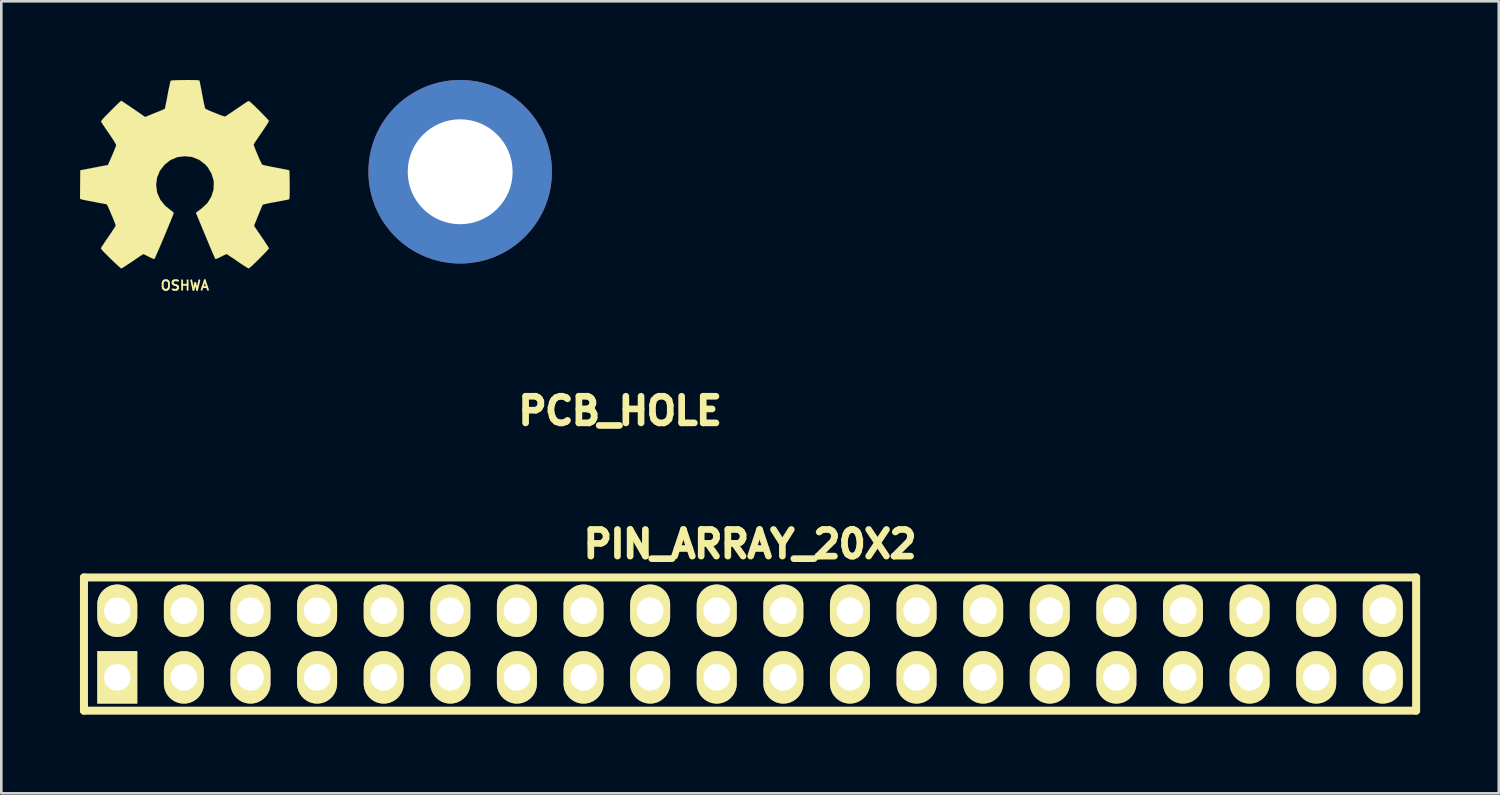
<source format=kicad_pcb>
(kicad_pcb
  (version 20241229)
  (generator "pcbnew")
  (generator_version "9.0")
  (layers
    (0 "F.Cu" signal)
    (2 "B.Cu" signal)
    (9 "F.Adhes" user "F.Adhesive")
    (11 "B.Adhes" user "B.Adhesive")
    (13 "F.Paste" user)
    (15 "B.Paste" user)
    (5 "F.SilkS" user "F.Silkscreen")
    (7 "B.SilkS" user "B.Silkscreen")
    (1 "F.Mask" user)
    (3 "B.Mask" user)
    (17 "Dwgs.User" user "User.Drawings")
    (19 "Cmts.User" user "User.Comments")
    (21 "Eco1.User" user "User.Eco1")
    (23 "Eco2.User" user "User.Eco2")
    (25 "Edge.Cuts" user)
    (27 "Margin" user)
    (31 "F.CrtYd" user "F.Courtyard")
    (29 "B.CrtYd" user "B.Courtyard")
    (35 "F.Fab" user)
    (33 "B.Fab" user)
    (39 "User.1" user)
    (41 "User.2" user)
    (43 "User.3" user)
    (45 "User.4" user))
  (footprint "PCB_HOLE"
    (layer "F.Cu")
    (at 20.598 6.62)
    (property "Reference" "PCB_HOLE" (at 0 6 0) (layer "F.SilkS") (effects (font (size 1.016 1.016) (thickness 0.254))))
    (attr through_hole)
    (pad "1" thru_hole circle (at -6.1 -3.12) (size 7 7) (drill 4) (layers "*.Cu" "*.Mask")))
  (footprint "PIN_ARRAY_20X2"
    (layer "F.Cu")
    (at 25.552 21.51)
    (property "Reference" "PIN_ARRAY_20X2" (at 0 -3.81 0) (layer "F.SilkS") (effects (font (size 1.016 1.016) (thickness 0.254))))
    (attr through_hole)
    (fp_line (start -25.4 -2.54) (end -25.4 2.54) (stroke (width 0.305) (type solid)) (layer "F.SilkS"))
    (fp_line (start 25.4 -2.54) (end -25.4 -2.54) (stroke (width 0.305) (type solid)) (layer "F.SilkS"))
    (fp_line (start 25.4 -2.54) (end 25.4 2.54) (stroke (width 0.305) (type solid)) (layer "F.SilkS"))
    (fp_line (start 25.4 2.54) (end -25.4 2.54) (stroke (width 0.305) (type solid)) (layer "F.SilkS"))
    (pad "1" thru_hole rect (at -24.13 1.27) (size 1.524 2) (drill 1.016) (layers "*.Cu" "*.Mask" "F.SilkS"))
    (pad "2" thru_hole oval (at -24.13 -1.27) (size 1.524 2) (drill 1.016) (layers "*.Cu" "*.Mask" "F.SilkS"))
    (pad "3" thru_hole oval (at -21.59 1.27) (size 1.524 2) (drill 1.016) (layers "*.Cu" "*.Mask" "F.SilkS"))
    (pad "4" thru_hole oval (at -21.59 -1.27) (size 1.524 2) (drill 1.016) (layers "*.Cu" "*.Mask" "F.SilkS"))
    (pad "5" thru_hole oval (at -19.05 1.27) (size 1.524 2) (drill 1.016) (layers "*.Cu" "*.Mask" "F.SilkS"))
    (pad "6" thru_hole oval (at -19.05 -1.27) (size 1.524 2) (drill 1.016) (layers "*.Cu" "*.Mask" "F.SilkS"))
    (pad "7" thru_hole oval (at -16.51 1.27) (size 1.524 2) (drill 1.016) (layers "*.Cu" "*.Mask" "F.SilkS"))
    (pad "8" thru_hole oval (at -16.51 -1.27) (size 1.524 2) (drill 1.016) (layers "*.Cu" "*.Mask" "F.SilkS"))
    (pad "9" thru_hole oval (at -13.97 1.27) (size 1.524 2) (drill 1.016) (layers "*.Cu" "*.Mask" "F.SilkS"))
    (pad "10" thru_hole oval (at -13.97 -1.27) (size 1.524 2) (drill 1.016) (layers "*.Cu" "*.Mask" "F.SilkS"))
    (pad "11" thru_hole oval (at -11.43 1.27) (size 1.524 2) (drill 1.016) (layers "*.Cu" "*.Mask" "F.SilkS"))
    (pad "12" thru_hole oval (at -11.43 -1.27) (size 1.524 2) (drill 1.016) (layers "*.Cu" "*.Mask" "F.SilkS"))
    (pad "13" thru_hole oval (at -8.89 1.27) (size 1.524 2) (drill 1.016) (layers "*.Cu" "*.Mask" "F.SilkS"))
    (pad "14" thru_hole oval (at -8.89 -1.27) (size 1.524 2) (drill 1.016) (layers "*.Cu" "*.Mask" "F.SilkS"))
    (pad "15" thru_hole oval (at -6.35 1.27) (size 1.524 2) (drill 1.016) (layers "*.Cu" "*.Mask" "F.SilkS"))
    (pad "16" thru_hole oval (at -6.35 -1.27) (size 1.524 2) (drill 1.016) (layers "*.Cu" "*.Mask" "F.SilkS"))
    (pad "17" thru_hole oval (at -3.81 1.27) (size 1.524 2) (drill 1.016) (layers "*.Cu" "*.Mask" "F.SilkS"))
    (pad "18" thru_hole oval (at -3.81 -1.27) (size 1.524 2) (drill 1.016) (layers "*.Cu" "*.Mask" "F.SilkS"))
    (pad "19" thru_hole oval (at -1.27 1.27) (size 1.524 2) (drill 1.016) (layers "*.Cu" "*.Mask" "F.SilkS"))
    (pad "20" thru_hole oval (at -1.27 -1.27) (size 1.524 2) (drill 1.016) (layers "*.Cu" "*.Mask" "F.SilkS"))
    (pad "21" thru_hole oval (at 1.27 1.27) (size 1.524 2) (drill 1.016) (layers "*.Cu" "*.Mask" "F.SilkS"))
    (pad "22" thru_hole oval (at 1.27 -1.27) (size 1.524 2) (drill 1.016) (layers "*.Cu" "*.Mask" "F.SilkS"))
    (pad "23" thru_hole oval (at 3.81 1.27) (size 1.524 2) (drill 1.016) (layers "*.Cu" "*.Mask" "F.SilkS"))
    (pad "24" thru_hole oval (at 3.81 -1.27) (size 1.524 2) (drill 1.016) (layers "*.Cu" "*.Mask" "F.SilkS"))
    (pad "25" thru_hole oval (at 6.35 1.27) (size 1.524 2) (drill 1.016) (layers "*.Cu" "*.Mask" "F.SilkS"))
    (pad "26" thru_hole oval (at 6.35 -1.27) (size 1.524 2) (drill 1.016) (layers "*.Cu" "*.Mask" "F.SilkS"))
    (pad "27" thru_hole oval (at 8.89 1.27) (size 1.524 2) (drill 1.016) (layers "*.Cu" "*.Mask" "F.SilkS"))
    (pad "28" thru_hole oval (at 8.89 -1.27) (size 1.524 2) (drill 1.016) (layers "*.Cu" "*.Mask" "F.SilkS"))
    (pad "29" thru_hole oval (at 11.43 1.27) (size 1.524 2) (drill 1.016) (layers "*.Cu" "*.Mask" "F.SilkS"))
    (pad "30" thru_hole oval (at 11.43 -1.27) (size 1.524 2) (drill 1.016) (layers "*.Cu" "*.Mask" "F.SilkS"))
    (pad "31" thru_hole oval (at 13.97 1.27) (size 1.524 2) (drill 1.016) (layers "*.Cu" "*.Mask" "F.SilkS"))
    (pad "32" thru_hole oval (at 13.97 -1.27) (size 1.524 2) (drill 1.016) (layers "*.Cu" "*.Mask" "F.SilkS"))
    (pad "33" thru_hole oval (at 16.51 1.27) (size 1.524 2) (drill 1.016) (layers "*.Cu" "*.Mask" "F.SilkS"))
    (pad "34" thru_hole oval (at 16.51 -1.27) (size 1.524 2) (drill 1.016) (layers "*.Cu" "*.Mask" "F.SilkS"))
    (pad "35" thru_hole oval (at 19.05 1.27) (size 1.524 2) (drill 1.016) (layers "*.Cu" "*.Mask" "F.SilkS"))
    (pad "36" thru_hole oval (at 19.05 -1.27) (size 1.524 2) (drill 1.016) (layers "*.Cu" "*.Mask" "F.SilkS"))
    (pad "37" thru_hole oval (at 21.59 1.27) (size 1.524 2) (drill 1.016) (layers "*.Cu" "*.Mask" "F.SilkS"))
    (pad "38" thru_hole oval (at 21.59 -1.27) (size 1.524 2) (drill 1.016) (layers "*.Cu" "*.Mask" "F.SilkS"))
    (pad "39" thru_hole oval (at 24.13 1.27) (size 1.524 2) (drill 1.016) (layers "*.Cu" "*.Mask" "F.SilkS"))
    (pad "40" thru_hole oval (at 24.13 -1.27) (size 1.524 2) (drill 1.016) (layers "*.Cu" "*.Mask" "F.SilkS")))
  (footprint "OSHWA"
    (layer "F.Cu")
    (at 3.999 3.595)
    (property "Reference" "OSHWA" (at 0 4.242 0) (layer "F.SilkS") (effects (font (size 0.363 0.363) (thickness 0.071))))
    (attr through_hole)
    (fp_poly (pts (xy -2.423 3.592) (xy -2.383 3.571) (xy -2.289 3.513) (xy -2.154 3.424) (xy -1.996 3.32) (xy -1.839 3.211) (xy -1.709 3.124) (xy -1.618 3.066) (xy -1.58 3.045) (xy -1.56 3.051) (xy -1.483 3.089) (xy -1.374 3.145) (xy -1.311 3.178) (xy -1.212 3.221) (xy -1.161 3.231) (xy -1.153 3.216) (xy -1.115 3.139) (xy -1.059 3.007) (xy -0.983 2.835) (xy -0.897 2.631) (xy -0.803 2.413) (xy -0.711 2.189) (xy -0.622 1.976) (xy -0.544 1.786) (xy -0.48 1.631) (xy -0.439 1.521) (xy -0.424 1.476) (xy -0.429 1.466) (xy -0.48 1.417) (xy -0.566 1.351) (xy -0.757 1.196) (xy -0.942 0.963) (xy -1.057 0.699) (xy -1.095 0.404) (xy -1.062 0.132) (xy -0.955 -0.13) (xy -0.772 -0.366) (xy -0.551 -0.541) (xy -0.292 -0.653) (xy 0 -0.688) (xy 0.279 -0.658) (xy 0.546 -0.551) (xy 0.782 -0.371) (xy 0.881 -0.257) (xy 1.019 -0.018) (xy 1.097 0.239) (xy 1.105 0.302) (xy 1.095 0.584) (xy 1.011 0.853) (xy 0.864 1.095) (xy 0.658 1.29) (xy 0.63 1.311) (xy 0.536 1.382) (xy 0.472 1.43) (xy 0.422 1.471) (xy 0.78 2.332) (xy 0.836 2.469) (xy 0.935 2.705) (xy 1.021 2.908) (xy 1.09 3.068) (xy 1.138 3.178) (xy 1.158 3.221) (xy 1.161 3.223) (xy 1.191 3.228) (xy 1.257 3.203) (xy 1.377 3.145) (xy 1.458 3.104) (xy 1.549 3.061) (xy 1.59 3.045) (xy 1.626 3.063) (xy 1.712 3.122) (xy 1.841 3.205) (xy 1.994 3.31) (xy 2.141 3.411) (xy 2.276 3.5) (xy 2.375 3.561) (xy 2.423 3.589) (xy 2.431 3.589) (xy 2.471 3.564) (xy 2.55 3.5) (xy 2.667 3.388) (xy 2.832 3.226) (xy 2.857 3.2) (xy 2.995 3.061) (xy 3.106 2.944) (xy 3.18 2.863) (xy 3.205 2.824) (xy 3.183 2.776) (xy 3.119 2.68) (xy 3.03 2.543) (xy 2.921 2.383) (xy 2.637 1.968) (xy 2.794 1.577) (xy 2.842 1.458) (xy 2.903 1.313) (xy 2.946 1.209) (xy 2.972 1.163) (xy 3.012 1.148) (xy 3.122 1.123) (xy 3.277 1.09) (xy 3.459 1.057) (xy 3.637 1.024) (xy 3.797 0.993) (xy 3.912 0.97) (xy 3.962 0.96) (xy 3.975 0.953) (xy 3.985 0.927) (xy 3.993 0.874) (xy 3.995 0.777) (xy 3.998 0.625) (xy 3.998 0.404) (xy 3.998 0.381) (xy 3.995 0.17) (xy 3.993 0.003) (xy 3.988 -0.107) (xy 3.98 -0.15) (xy 3.929 -0.163) (xy 3.818 -0.185) (xy 3.658 -0.218) (xy 3.467 -0.254) (xy 3.457 -0.257) (xy 3.266 -0.292) (xy 3.109 -0.325) (xy 2.997 -0.351) (xy 2.951 -0.366) (xy 2.941 -0.378) (xy 2.903 -0.452) (xy 2.847 -0.569) (xy 2.786 -0.714) (xy 2.723 -0.861) (xy 2.67 -0.996) (xy 2.634 -1.095) (xy 2.624 -1.14) (xy 2.652 -1.186) (xy 2.718 -1.285) (xy 2.809 -1.42) (xy 2.921 -1.582) (xy 2.929 -1.595) (xy 3.038 -1.755) (xy 3.127 -1.89) (xy 3.185 -1.986) (xy 3.205 -2.029) (xy 3.205 -2.032) (xy 3.17 -2.08) (xy 3.089 -2.169) (xy 2.972 -2.291) (xy 2.832 -2.433) (xy 2.786 -2.477) (xy 2.631 -2.629) (xy 2.525 -2.728) (xy 2.456 -2.781) (xy 2.423 -2.794) (xy 2.423 -2.791) (xy 2.375 -2.764) (xy 2.273 -2.697) (xy 2.136 -2.603) (xy 1.974 -2.494) (xy 1.963 -2.487) (xy 1.803 -2.377) (xy 1.671 -2.289) (xy 1.575 -2.225) (xy 1.534 -2.2) (xy 1.527 -2.2) (xy 1.463 -2.22) (xy 1.349 -2.258) (xy 1.209 -2.314) (xy 1.062 -2.372) (xy 0.927 -2.428) (xy 0.826 -2.477) (xy 0.777 -2.502) (xy 0.777 -2.504) (xy 0.759 -2.563) (xy 0.732 -2.682) (xy 0.699 -2.847) (xy 0.66 -3.043) (xy 0.655 -3.073) (xy 0.62 -3.264) (xy 0.589 -3.421) (xy 0.566 -3.531) (xy 0.554 -3.576) (xy 0.528 -3.581) (xy 0.434 -3.589) (xy 0.292 -3.592) (xy 0.119 -3.594) (xy -0.061 -3.592) (xy -0.236 -3.589) (xy -0.389 -3.584) (xy -0.495 -3.576) (xy -0.541 -3.566) (xy -0.544 -3.564) (xy -0.559 -3.505) (xy -0.584 -3.386) (xy -0.62 -3.221) (xy -0.658 -3.023) (xy -0.663 -2.99) (xy -0.699 -2.799) (xy -0.732 -2.644) (xy -0.754 -2.535) (xy -0.767 -2.494) (xy -0.782 -2.484) (xy -0.861 -2.451) (xy -0.988 -2.398) (xy -1.148 -2.334) (xy -1.514 -2.184) (xy -1.961 -2.494) (xy -2.004 -2.522) (xy -2.164 -2.631) (xy -2.299 -2.72) (xy -2.39 -2.779) (xy -2.428 -2.802) (xy -2.431 -2.799) (xy -2.477 -2.761) (xy -2.565 -2.677) (xy -2.687 -2.558) (xy -2.827 -2.418) (xy -2.931 -2.314) (xy -3.056 -2.187) (xy -3.134 -2.103) (xy -3.178 -2.047) (xy -3.193 -2.014) (xy -3.188 -1.994) (xy -3.16 -1.948) (xy -3.094 -1.849) (xy -3.002 -1.712) (xy -2.893 -1.554) (xy -2.802 -1.42) (xy -2.705 -1.27) (xy -2.642 -1.163) (xy -2.619 -1.11) (xy -2.624 -1.087) (xy -2.657 -1.001) (xy -2.71 -0.866) (xy -2.776 -0.709) (xy -2.934 -0.353) (xy -3.167 -0.31) (xy -3.307 -0.282) (xy -3.505 -0.244) (xy -3.693 -0.208) (xy -3.988 -0.15) (xy -3.998 0.932) (xy -3.952 0.953) (xy -3.909 0.965) (xy -3.8 0.988) (xy -3.645 1.019) (xy -3.459 1.054) (xy -3.305 1.085) (xy -3.145 1.113) (xy -3.033 1.135) (xy -2.982 1.146) (xy -2.969 1.163) (xy -2.929 1.24) (xy -2.873 1.361) (xy -2.812 1.509) (xy -2.748 1.659) (xy -2.692 1.798) (xy -2.652 1.905) (xy -2.639 1.961) (xy -2.659 2.004) (xy -2.72 2.095) (xy -2.807 2.228) (xy -2.913 2.385) (xy -3.023 2.543) (xy -3.111 2.677) (xy -3.175 2.774) (xy -3.2 2.817) (xy -3.188 2.847) (xy -3.127 2.924) (xy -3.007 3.045) (xy -2.832 3.221) (xy -2.802 3.249) (xy -2.662 3.383) (xy -2.543 3.493) (xy -2.461 3.566) (xy -2.423 3.592)) (stroke (width 0.003) (type solid)) (fill yes) (layer "F.SilkS")))
  (gr_rect
    (start -3 -3)
    (end 54.105 27.203)
    (stroke (width 0.1) (type default))
    (fill no)
    (layer "Edge.Cuts")))
</source>
